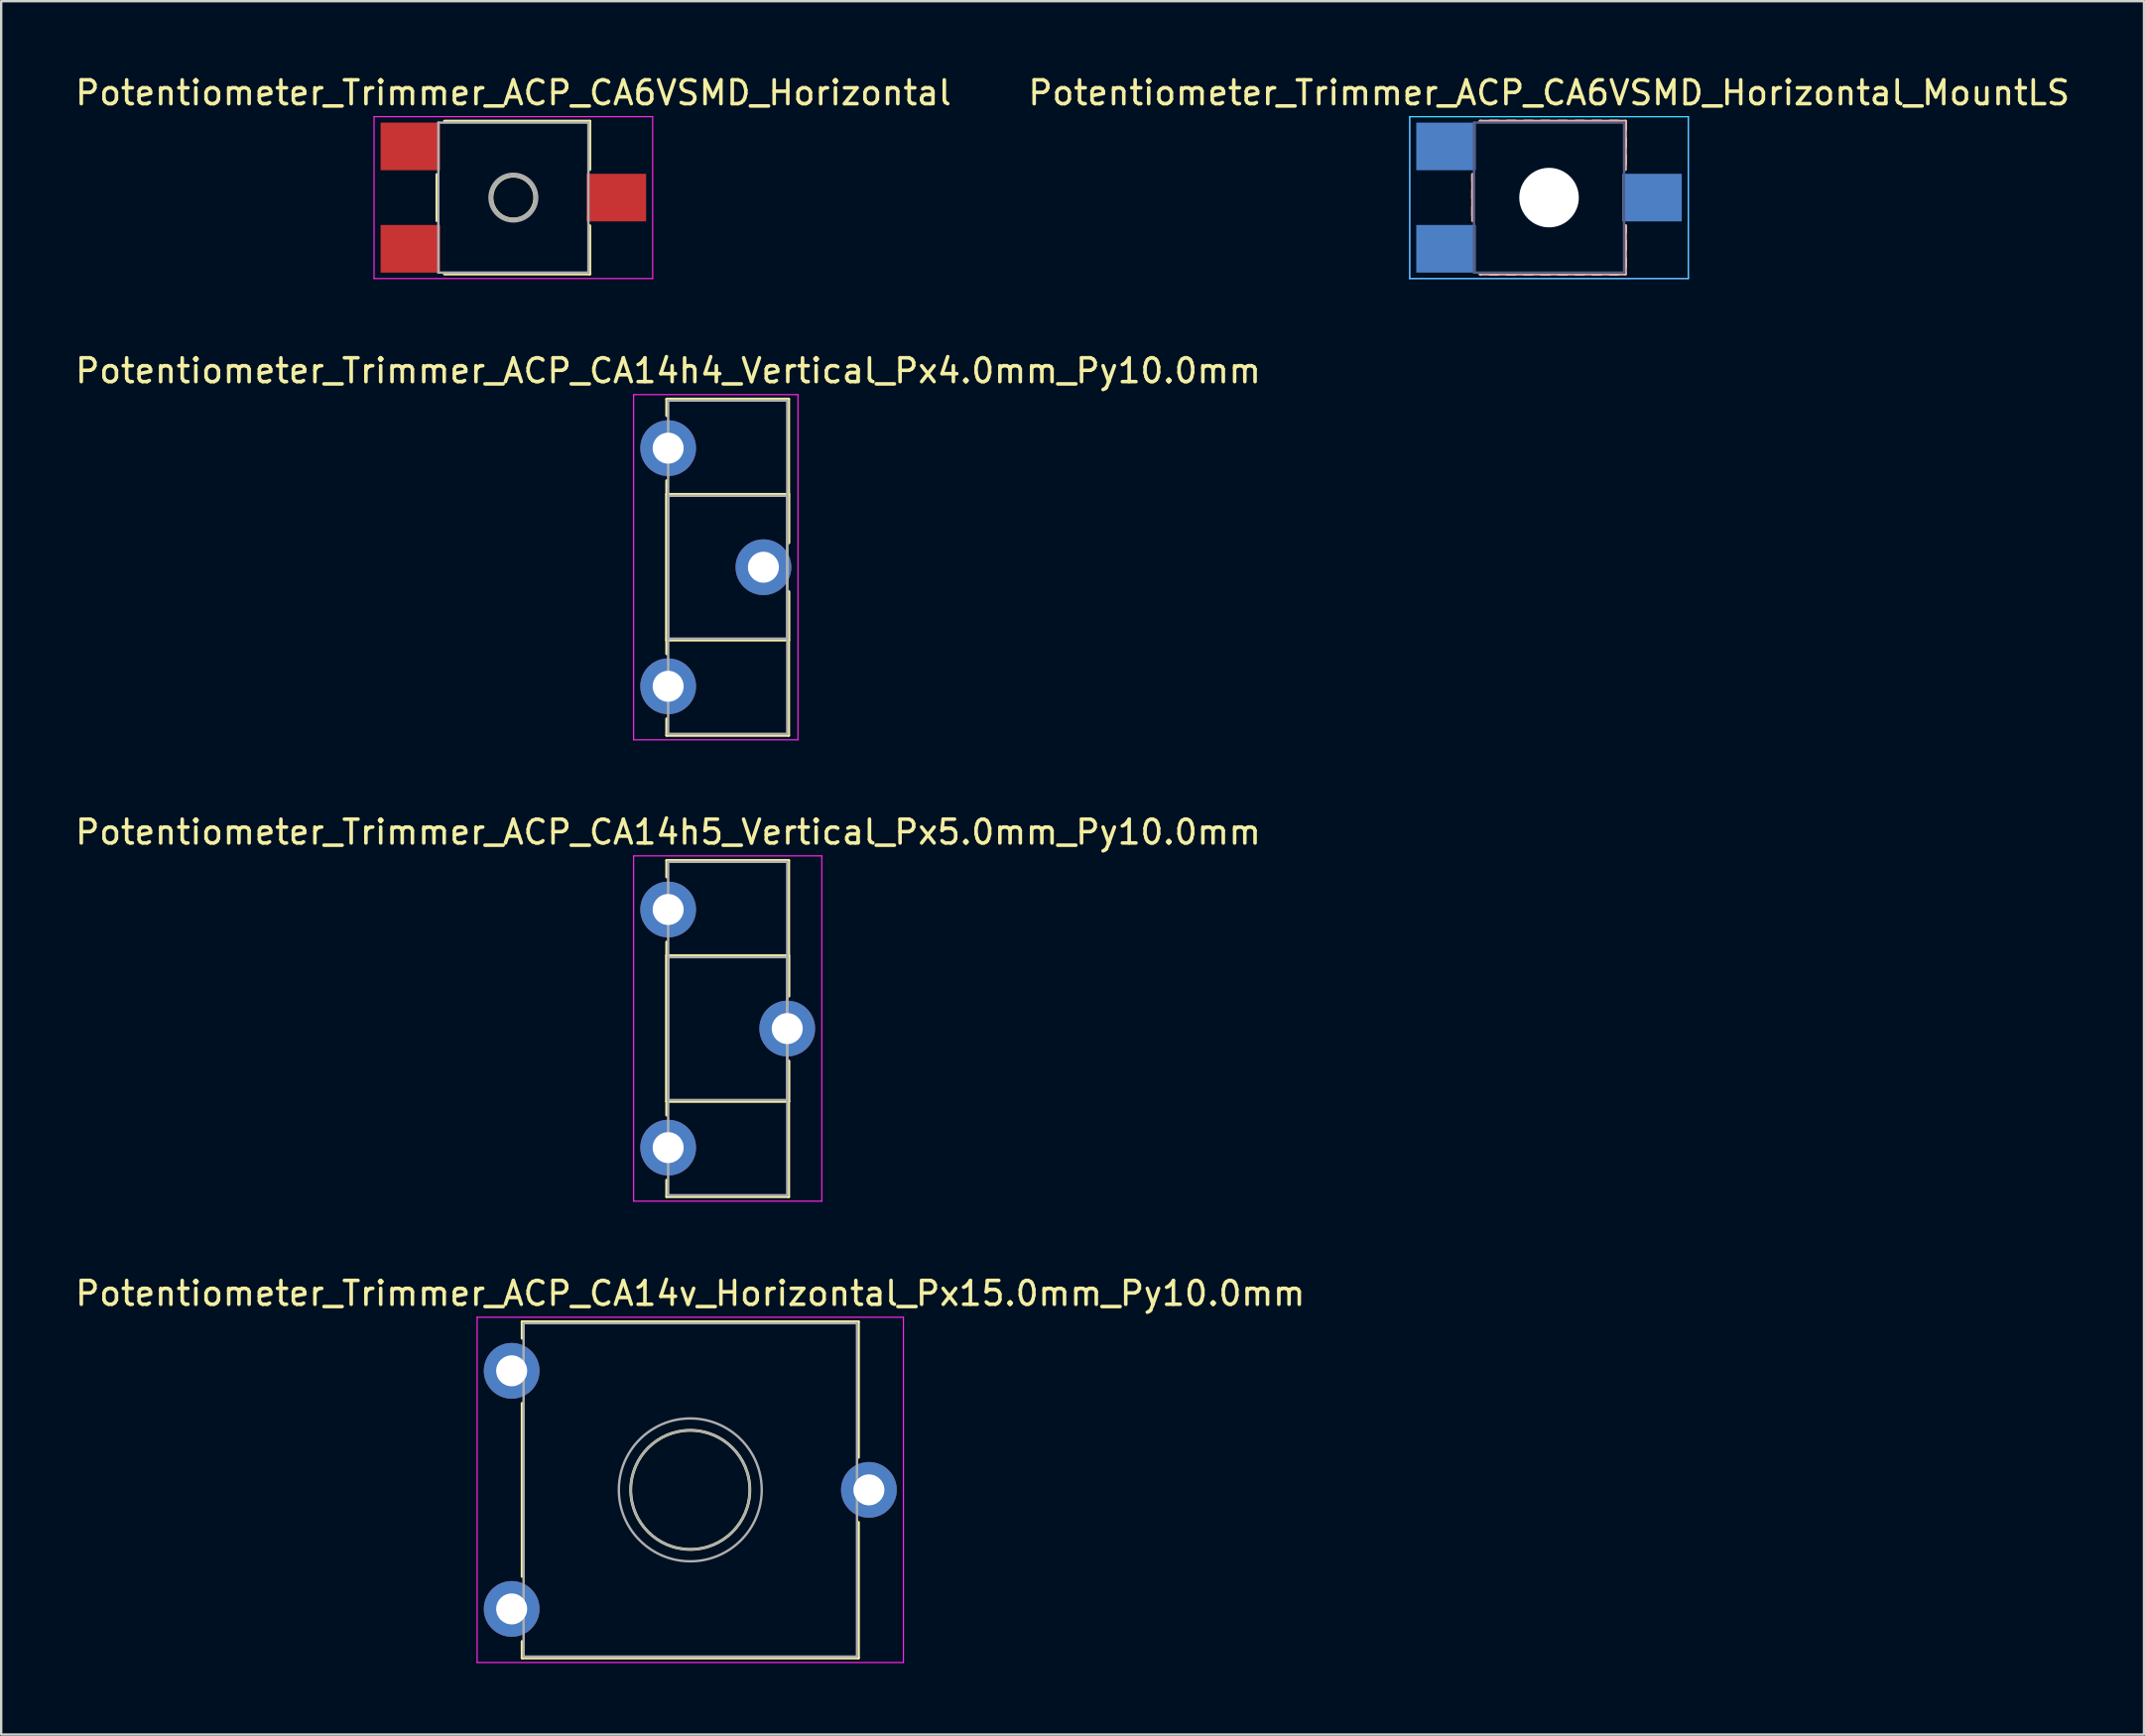
<source format=kicad_pcb>
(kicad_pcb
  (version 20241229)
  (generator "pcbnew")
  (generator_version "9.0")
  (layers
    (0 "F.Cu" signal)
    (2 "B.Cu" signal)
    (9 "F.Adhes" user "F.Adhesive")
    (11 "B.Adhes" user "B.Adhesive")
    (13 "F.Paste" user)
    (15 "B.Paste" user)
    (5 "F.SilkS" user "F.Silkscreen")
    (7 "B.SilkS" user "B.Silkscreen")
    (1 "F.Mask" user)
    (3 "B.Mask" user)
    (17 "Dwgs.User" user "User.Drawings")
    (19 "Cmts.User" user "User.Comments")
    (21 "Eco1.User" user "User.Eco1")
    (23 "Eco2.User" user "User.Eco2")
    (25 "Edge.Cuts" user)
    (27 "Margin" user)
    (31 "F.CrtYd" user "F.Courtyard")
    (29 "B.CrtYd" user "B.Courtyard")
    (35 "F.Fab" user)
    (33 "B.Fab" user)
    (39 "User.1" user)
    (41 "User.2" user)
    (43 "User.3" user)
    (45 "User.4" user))
  (footprint "Potentiometer_Trimmer_ACP_CA14v_Horizontal_Px15.0mm_Py10.0mm"
    (layer "F.Cu")
    (at 18.435 64.518)
    (property "Reference" "Potentiometer_Trimmer_ACP_CA14v_Horizontal_Px15.0mm_Py10.0mm" (at 7.5 -13.25 0) (layer "F.SilkS") (effects (font (size 1 1) (thickness 0.15))))
    (attr through_hole)
    (fp_line (start 0.44 -12.06) (end 0.44 -11.365) (stroke (width 0.12) (type solid)) (layer "F.SilkS"))
    (fp_line (start 0.44 -12.06) (end 14.56 -12.06) (stroke (width 0.12) (type solid)) (layer "F.SilkS"))
    (fp_line (start 0.44 -8.635) (end 0.44 -1.365) (stroke (width 0.12) (type solid)) (layer "F.SilkS"))
    (fp_line (start 0.44 1.365) (end 0.44 2.06) (stroke (width 0.12) (type solid)) (layer "F.SilkS"))
    (fp_line (start 0.44 2.06) (end 14.56 2.06) (stroke (width 0.12) (type solid)) (layer "F.SilkS"))
    (fp_line (start 14.56 -12.06) (end 14.56 -6.365) (stroke (width 0.12) (type solid)) (layer "F.SilkS"))
    (fp_line (start 14.56 -3.635) (end 14.56 2.06) (stroke (width 0.12) (type solid)) (layer "F.SilkS"))
    (fp_circle (center 7.5 -5) (end 10 -5) (stroke (width 0.12) (type solid)) (fill no) (layer "F.SilkS"))
    (fp_line (start -1.45 -12.25) (end -1.45 2.25) (stroke (width 0.05) (type solid)) (layer "F.CrtYd"))
    (fp_line (start -1.45 2.25) (end 16.45 2.25) (stroke (width 0.05) (type solid)) (layer "F.CrtYd"))
    (fp_line (start 16.45 -12.25) (end -1.45 -12.25) (stroke (width 0.05) (type solid)) (layer "F.CrtYd"))
    (fp_line (start 16.45 2.25) (end 16.45 -12.25) (stroke (width 0.05) (type solid)) (layer "F.CrtYd"))
    (fp_line (start 0.5 -12) (end 0.5 2) (stroke (width 0.1) (type solid)) (layer "F.Fab"))
    (fp_line (start 0.5 2) (end 14.5 2) (stroke (width 0.1) (type solid)) (layer "F.Fab"))
    (fp_line (start 14.5 -12) (end 0.5 -12) (stroke (width 0.1) (type solid)) (layer "F.Fab"))
    (fp_line (start 14.5 2) (end 14.5 -12) (stroke (width 0.1) (type solid)) (layer "F.Fab"))
    (fp_circle (center 7.5 -5) (end 10 -5) (stroke (width 0.1) (type solid)) (fill no) (layer "F.Fab"))
    (fp_circle (center 7.5 -5) (end 10.5 -5) (stroke (width 0.1) (type solid)) (fill no) (layer "F.Fab"))
    (pad "1" thru_hole circle (at 0 0) (size 2.34 2.34) (drill 1.3) (layers "*.Cu" "*.Mask"))
    (pad "2" thru_hole circle (at 15 -5) (size 2.34 2.34) (drill 1.3) (layers "*.Cu" "*.Mask"))
    (pad "3" thru_hole circle (at 0 -10) (size 2.34 2.34) (drill 1.3) (layers "*.Cu" "*.Mask")))
  (footprint "Potentiometer_Trimmer_ACP_CA14h4_Vertical_Px4.0mm_Py10.0mm"
    (layer "F.Cu")
    (at 25.006 15.771)
    (property "Reference" "Potentiometer_Trimmer_ACP_CA14h4_Vertical_Px4.0mm_Py10.0mm" (at 0 -3.25 0) (layer "F.SilkS") (effects (font (size 1 1) (thickness 0.15))))
    (attr through_hole)
    (fp_line (start -0.061 -2.06) (end -0.061 -1.365) (stroke (width 0.12) (type solid)) (layer "F.SilkS"))
    (fp_line (start -0.061 -2.06) (end 5.06 -2.06) (stroke (width 0.12) (type solid)) (layer "F.SilkS"))
    (fp_line (start -0.061 1.365) (end -0.061 8.635) (stroke (width 0.12) (type solid)) (layer "F.SilkS"))
    (fp_line (start -0.061 1.94) (end -0.061 8.06) (stroke (width 0.12) (type solid)) (layer "F.SilkS"))
    (fp_line (start -0.061 1.94) (end 5.06 1.94) (stroke (width 0.12) (type solid)) (layer "F.SilkS"))
    (fp_line (start -0.061 8.06) (end 5.06 8.06) (stroke (width 0.12) (type solid)) (layer "F.SilkS"))
    (fp_line (start -0.061 11.365) (end -0.061 12.06) (stroke (width 0.12) (type solid)) (layer "F.SilkS"))
    (fp_line (start -0.061 12.06) (end 5.06 12.06) (stroke (width 0.12) (type solid)) (layer "F.SilkS"))
    (fp_line (start 5.06 -2.06) (end 5.06 3.973) (stroke (width 0.12) (type solid)) (layer "F.SilkS"))
    (fp_line (start 5.06 1.94) (end 5.06 3.973) (stroke (width 0.12) (type solid)) (layer "F.SilkS"))
    (fp_line (start 5.06 6.028) (end 5.06 8.06) (stroke (width 0.12) (type solid)) (layer "F.SilkS"))
    (fp_line (start 5.06 6.028) (end 5.06 12.06) (stroke (width 0.12) (type solid)) (layer "F.SilkS"))
    (fp_line (start -1.45 -2.25) (end -1.45 12.25) (stroke (width 0.05) (type solid)) (layer "F.CrtYd"))
    (fp_line (start -1.45 12.25) (end 5.45 12.25) (stroke (width 0.05) (type solid)) (layer "F.CrtYd"))
    (fp_line (start 5.45 -2.25) (end -1.45 -2.25) (stroke (width 0.05) (type solid)) (layer "F.CrtYd"))
    (fp_line (start 5.45 12.25) (end 5.45 -2.25) (stroke (width 0.05) (type solid)) (layer "F.CrtYd"))
    (fp_line (start 0 -2) (end 5 -2) (stroke (width 0.1) (type solid)) (layer "F.Fab"))
    (fp_line (start 0 2) (end 0 8) (stroke (width 0.1) (type solid)) (layer "F.Fab"))
    (fp_line (start 0 8) (end 5 8) (stroke (width 0.1) (type solid)) (layer "F.Fab"))
    (fp_line (start 0 12) (end 0 -2) (stroke (width 0.1) (type solid)) (layer "F.Fab"))
    (fp_line (start 5 -2) (end 5 12) (stroke (width 0.1) (type solid)) (layer "F.Fab"))
    (fp_line (start 5 2) (end 0 2) (stroke (width 0.1) (type solid)) (layer "F.Fab"))
    (fp_line (start 5 8) (end 5 2) (stroke (width 0.1) (type solid)) (layer "F.Fab"))
    (fp_line (start 5 12) (end 0 12) (stroke (width 0.1) (type solid)) (layer "F.Fab"))
    (pad "1" thru_hole circle (at 0 0) (size 2.34 2.34) (drill 1.3) (layers "*.Cu" "*.Mask"))
    (pad "2" thru_hole circle (at 4 5) (size 2.34 2.34) (drill 1.3) (layers "*.Cu" "*.Mask"))
    (pad "3" thru_hole circle (at 0 10) (size 2.34 2.34) (drill 1.3) (layers "*.Cu" "*.Mask")))
  (footprint "Potentiometer_Trimmer_ACP_CA6VSMD_Horizontal"
    (layer "F.Cu")
    (at 18.506 5.248)
    (property "Reference" "Potentiometer_Trimmer_ACP_CA6VSMD_Horizontal" (at 0 -4.4 0) (layer "F.SilkS") (effects (font (size 1 1) (thickness 0.15))))
    (attr smd)
    (fp_line (start -3.209 -0.969) (end -3.209 0.97) (stroke (width 0.12) (type solid)) (layer "F.SilkS"))
    (fp_line (start -2.894 -3.21) (end 3.21 -3.21) (stroke (width 0.12) (type solid)) (layer "F.SilkS"))
    (fp_line (start -2.894 3.21) (end 3.21 3.21) (stroke (width 0.12) (type solid)) (layer "F.SilkS"))
    (fp_line (start 3.21 -3.21) (end 3.21 -1.18) (stroke (width 0.12) (type solid)) (layer "F.SilkS"))
    (fp_line (start 3.21 1.18) (end 3.21 3.21) (stroke (width 0.12) (type solid)) (layer "F.SilkS"))
    (fp_circle (center 0 0) (end 0.9 0) (stroke (width 0.12) (type solid)) (fill no) (layer "F.SilkS"))
    (fp_line (start -5.85 -3.4) (end -5.85 3.4) (stroke (width 0.05) (type solid)) (layer "F.CrtYd"))
    (fp_line (start -5.85 3.4) (end 5.85 3.4) (stroke (width 0.05) (type solid)) (layer "F.CrtYd"))
    (fp_line (start 5.85 -3.4) (end -5.85 -3.4) (stroke (width 0.05) (type solid)) (layer "F.CrtYd"))
    (fp_line (start 5.85 3.4) (end 5.85 -3.4) (stroke (width 0.05) (type solid)) (layer "F.CrtYd"))
    (fp_line (start -3.15 -3.15) (end -3.15 3.15) (stroke (width 0.1) (type solid)) (layer "F.Fab"))
    (fp_line (start -3.15 3.15) (end 3.15 3.15) (stroke (width 0.1) (type solid)) (layer "F.Fab"))
    (fp_line (start 3.15 -3.15) (end -3.15 -3.15) (stroke (width 0.1) (type solid)) (layer "F.Fab"))
    (fp_line (start 3.15 3.15) (end 3.15 -3.15) (stroke (width 0.1) (type solid)) (layer "F.Fab"))
    (fp_circle (center 0 0) (end 0.9 0) (stroke (width 0.1) (type solid)) (fill no) (layer "F.Fab"))
    (fp_circle (center 0 0) (end 1 0) (stroke (width 0.1) (type solid)) (fill no) (layer "F.Fab"))
    (pad "1" smd rect (at -4.325 2.15) (size 2.5 2) (layers "F.Cu" "F.Mask"))
    (pad "2" smd rect (at 4.325 0) (size 2.5 2) (layers "F.Cu" "F.Mask"))
    (pad "3" smd rect (at -4.325 -2.15) (size 2.5 2) (layers "F.Cu" "F.Mask")))
  (footprint "Potentiometer_Trimmer_ACP_CA14h5_Vertical_Px5.0mm_Py10.0mm"
    (layer "F.Cu")
    (at 25.006 35.145)
    (property "Reference" "Potentiometer_Trimmer_ACP_CA14h5_Vertical_Px5.0mm_Py10.0mm" (at 0 -3.25 0) (layer "F.SilkS") (effects (font (size 1 1) (thickness 0.15))))
    (attr through_hole)
    (fp_line (start -0.061 -2.06) (end -0.061 -1.365) (stroke (width 0.12) (type solid)) (layer "F.SilkS"))
    (fp_line (start -0.061 -2.06) (end 5.06 -2.06) (stroke (width 0.12) (type solid)) (layer "F.SilkS"))
    (fp_line (start -0.061 1.365) (end -0.061 8.635) (stroke (width 0.12) (type solid)) (layer "F.SilkS"))
    (fp_line (start -0.061 1.94) (end -0.061 8.06) (stroke (width 0.12) (type solid)) (layer "F.SilkS"))
    (fp_line (start -0.061 1.94) (end 5.06 1.94) (stroke (width 0.12) (type solid)) (layer "F.SilkS"))
    (fp_line (start -0.061 8.06) (end 5.06 8.06) (stroke (width 0.12) (type solid)) (layer "F.SilkS"))
    (fp_line (start -0.061 11.365) (end -0.061 12.06) (stroke (width 0.12) (type solid)) (layer "F.SilkS"))
    (fp_line (start -0.061 12.06) (end 5.06 12.06) (stroke (width 0.12) (type solid)) (layer "F.SilkS"))
    (fp_line (start 5.06 -2.06) (end 5.06 3.635) (stroke (width 0.12) (type solid)) (layer "F.SilkS"))
    (fp_line (start 5.06 1.94) (end 5.06 3.635) (stroke (width 0.12) (type solid)) (layer "F.SilkS"))
    (fp_line (start 5.06 6.365) (end 5.06 8.06) (stroke (width 0.12) (type solid)) (layer "F.SilkS"))
    (fp_line (start 5.06 6.365) (end 5.06 12.06) (stroke (width 0.12) (type solid)) (layer "F.SilkS"))
    (fp_line (start -1.45 -2.25) (end -1.45 12.25) (stroke (width 0.05) (type solid)) (layer "F.CrtYd"))
    (fp_line (start -1.45 12.25) (end 6.45 12.25) (stroke (width 0.05) (type solid)) (layer "F.CrtYd"))
    (fp_line (start 6.45 -2.25) (end -1.45 -2.25) (stroke (width 0.05) (type solid)) (layer "F.CrtYd"))
    (fp_line (start 6.45 12.25) (end 6.45 -2.25) (stroke (width 0.05) (type solid)) (layer "F.CrtYd"))
    (fp_line (start 0 -2) (end 5 -2) (stroke (width 0.1) (type solid)) (layer "F.Fab"))
    (fp_line (start 0 2) (end 0 8) (stroke (width 0.1) (type solid)) (layer "F.Fab"))
    (fp_line (start 0 8) (end 5 8) (stroke (width 0.1) (type solid)) (layer "F.Fab"))
    (fp_line (start 0 12) (end 0 -2) (stroke (width 0.1) (type solid)) (layer "F.Fab"))
    (fp_line (start 5 -2) (end 5 12) (stroke (width 0.1) (type solid)) (layer "F.Fab"))
    (fp_line (start 5 2) (end 0 2) (stroke (width 0.1) (type solid)) (layer "F.Fab"))
    (fp_line (start 5 8) (end 5 2) (stroke (width 0.1) (type solid)) (layer "F.Fab"))
    (fp_line (start 5 12) (end 0 12) (stroke (width 0.1) (type solid)) (layer "F.Fab"))
    (pad "1" thru_hole circle (at 0 0) (size 2.34 2.34) (drill 1.3) (layers "*.Cu" "*.Mask"))
    (pad "2" thru_hole circle (at 5 5) (size 2.34 2.34) (drill 1.3) (layers "*.Cu" "*.Mask"))
    (pad "3" thru_hole circle (at 0 10) (size 2.34 2.34) (drill 1.3) (layers "*.Cu" "*.Mask")))
  (footprint "Potentiometer_Trimmer_ACP_CA6VSMD_Horizontal_MountLS"
    (layer "F.Cu")
    (at 61.994 5.248)
    (property "Reference" "Potentiometer_Trimmer_ACP_CA6VSMD_Horizontal_MountLS" (at 0 -4.4 0) (layer "F.SilkS") (effects (font (size 1 1) (thickness 0.15))))
    (attr smd)
    (fp_line (start -3.209 -0.969) (end -3.209 -0.69) (stroke (width 0.12) (type solid)) (layer "F.SilkS"))
    (fp_line (start -3.209 -0.33) (end -3.209 0.03) (stroke (width 0.12) (type solid)) (layer "F.SilkS"))
    (fp_line (start -3.209 0.39) (end -3.209 0.75) (stroke (width 0.12) (type solid)) (layer "F.SilkS"))
    (fp_line (start -2.894 -3.21) (end -2.85 -3.21) (stroke (width 0.12) (type solid)) (layer "F.SilkS"))
    (fp_line (start -2.894 3.21) (end -2.85 3.21) (stroke (width 0.12) (type solid)) (layer "F.SilkS"))
    (fp_line (start -2.489 -3.21) (end -2.129 -3.21) (stroke (width 0.12) (type solid)) (layer "F.SilkS"))
    (fp_line (start -2.489 3.21) (end -2.129 3.21) (stroke (width 0.12) (type solid)) (layer "F.SilkS"))
    (fp_line (start -1.77 -3.21) (end -1.41 -3.21) (stroke (width 0.12) (type solid)) (layer "F.SilkS"))
    (fp_line (start -1.77 3.21) (end -1.41 3.21) (stroke (width 0.12) (type solid)) (layer "F.SilkS"))
    (fp_line (start -1.049 -3.21) (end -0.69 -3.21) (stroke (width 0.12) (type solid)) (layer "F.SilkS"))
    (fp_line (start -1.049 3.21) (end -0.69 3.21) (stroke (width 0.12) (type solid)) (layer "F.SilkS"))
    (fp_line (start -0.33 -3.21) (end 0.03 -3.21) (stroke (width 0.12) (type solid)) (layer "F.SilkS"))
    (fp_line (start -0.33 3.21) (end 0.03 3.21) (stroke (width 0.12) (type solid)) (layer "F.SilkS"))
    (fp_line (start 0.39 -3.21) (end 0.75 -3.21) (stroke (width 0.12) (type solid)) (layer "F.SilkS"))
    (fp_line (start 0.39 3.21) (end 0.75 3.21) (stroke (width 0.12) (type solid)) (layer "F.SilkS"))
    (fp_line (start 1.11 -3.21) (end 1.47 -3.21) (stroke (width 0.12) (type solid)) (layer "F.SilkS"))
    (fp_line (start 1.11 3.21) (end 1.47 3.21) (stroke (width 0.12) (type solid)) (layer "F.SilkS"))
    (fp_line (start 1.83 -3.21) (end 2.19 -3.21) (stroke (width 0.12) (type solid)) (layer "F.SilkS"))
    (fp_line (start 1.83 3.21) (end 2.19 3.21) (stroke (width 0.12) (type solid)) (layer "F.SilkS"))
    (fp_line (start 2.55 -3.21) (end 2.91 -3.21) (stroke (width 0.12) (type solid)) (layer "F.SilkS"))
    (fp_line (start 2.55 3.21) (end 2.91 3.21) (stroke (width 0.12) (type solid)) (layer "F.SilkS"))
    (fp_line (start 3.21 -3.21) (end 3.21 -2.85) (stroke (width 0.12) (type solid)) (layer "F.SilkS"))
    (fp_line (start 3.21 -2.491) (end 3.21 -2.13) (stroke (width 0.12) (type solid)) (layer "F.SilkS"))
    (fp_line (start 3.21 -1.77) (end 3.21 -1.41) (stroke (width 0.12) (type solid)) (layer "F.SilkS"))
    (fp_line (start 3.21 1.18) (end 3.21 1.47) (stroke (width 0.12) (type solid)) (layer "F.SilkS"))
    (fp_line (start 3.21 1.83) (end 3.21 2.19) (stroke (width 0.12) (type solid)) (layer "F.SilkS"))
    (fp_line (start 3.21 2.55) (end 3.21 2.91) (stroke (width 0.12) (type solid)) (layer "F.SilkS"))
    (fp_line (start -3.209 -0.969) (end -3.209 0.97) (stroke (width 0.12) (type solid)) (layer "B.SilkS"))
    (fp_line (start -2.894 -3.21) (end 3.21 -3.21) (stroke (width 0.12) (type solid)) (layer "B.SilkS"))
    (fp_line (start -2.894 3.21) (end 3.21 3.21) (stroke (width 0.12) (type solid)) (layer "B.SilkS"))
    (fp_line (start 3.21 -3.21) (end 3.21 -1.18) (stroke (width 0.12) (type solid)) (layer "B.SilkS"))
    (fp_line (start 3.21 1.18) (end 3.21 3.21) (stroke (width 0.12) (type solid)) (layer "B.SilkS"))
    (fp_line (start -5.85 -3.4) (end -5.85 3.4) (stroke (width 0.05) (type solid)) (layer "B.CrtYd"))
    (fp_line (start -5.85 3.4) (end 5.85 3.4) (stroke (width 0.05) (type solid)) (layer "B.CrtYd"))
    (fp_line (start 5.85 -3.4) (end -5.85 -3.4) (stroke (width 0.05) (type solid)) (layer "B.CrtYd"))
    (fp_line (start 5.85 3.4) (end 5.85 -3.4) (stroke (width 0.05) (type solid)) (layer "B.CrtYd"))
    (fp_line (start -5.85 -3.4) (end -5.85 3.4) (stroke (width 0.05) (type solid)) (layer "F.CrtYd"))
    (fp_line (start -5.85 3.4) (end 5.85 3.4) (stroke (width 0.05) (type solid)) (layer "F.CrtYd"))
    (fp_line (start 5.85 -3.4) (end -5.85 -3.4) (stroke (width 0.05) (type solid)) (layer "F.CrtYd"))
    (fp_line (start 5.85 3.4) (end 5.85 -3.4) (stroke (width 0.05) (type solid)) (layer "F.CrtYd"))
    (fp_line (start -3.15 -3.15) (end -3.15 3.15) (stroke (width 0.1) (type solid)) (layer "B.Fab"))
    (fp_line (start -3.15 3.15) (end 3.15 3.15) (stroke (width 0.1) (type solid)) (layer "B.Fab"))
    (fp_line (start 3.15 -3.15) (end -3.15 -3.15) (stroke (width 0.1) (type solid)) (layer "B.Fab"))
    (fp_line (start 3.15 3.15) (end 3.15 -3.15) (stroke (width 0.1) (type solid)) (layer "B.Fab"))
    (fp_circle (center 0 0) (end 0.9 0) (stroke (width 0.1) (type solid)) (fill no) (layer "B.Fab"))
    (fp_circle (center 0 0) (end 1 0) (stroke (width 0.1) (type solid)) (fill no) (layer "B.Fab"))
    (pad "" np_thru_hole circle (at 0 0) (size 2.5 2.5) (drill 2.5) (layers "*.Cu" "*.Mask"))
    (pad "1" smd rect (at -4.325 2.15) (size 2.5 2) (layers "B.Cu" "B.Mask"))
    (pad "2" smd rect (at 4.325 0) (size 2.5 2) (layers "B.Cu" "B.Mask"))
    (pad "3" smd rect (at -4.325 -2.15) (size 2.5 2) (layers "B.Cu" "B.Mask")))
  (gr_rect
    (start -3 -3)
    (end 86.976 69.793)
    (stroke (width 0.1) (type default))
    (fill no)
    (layer "Edge.Cuts")))
</source>
